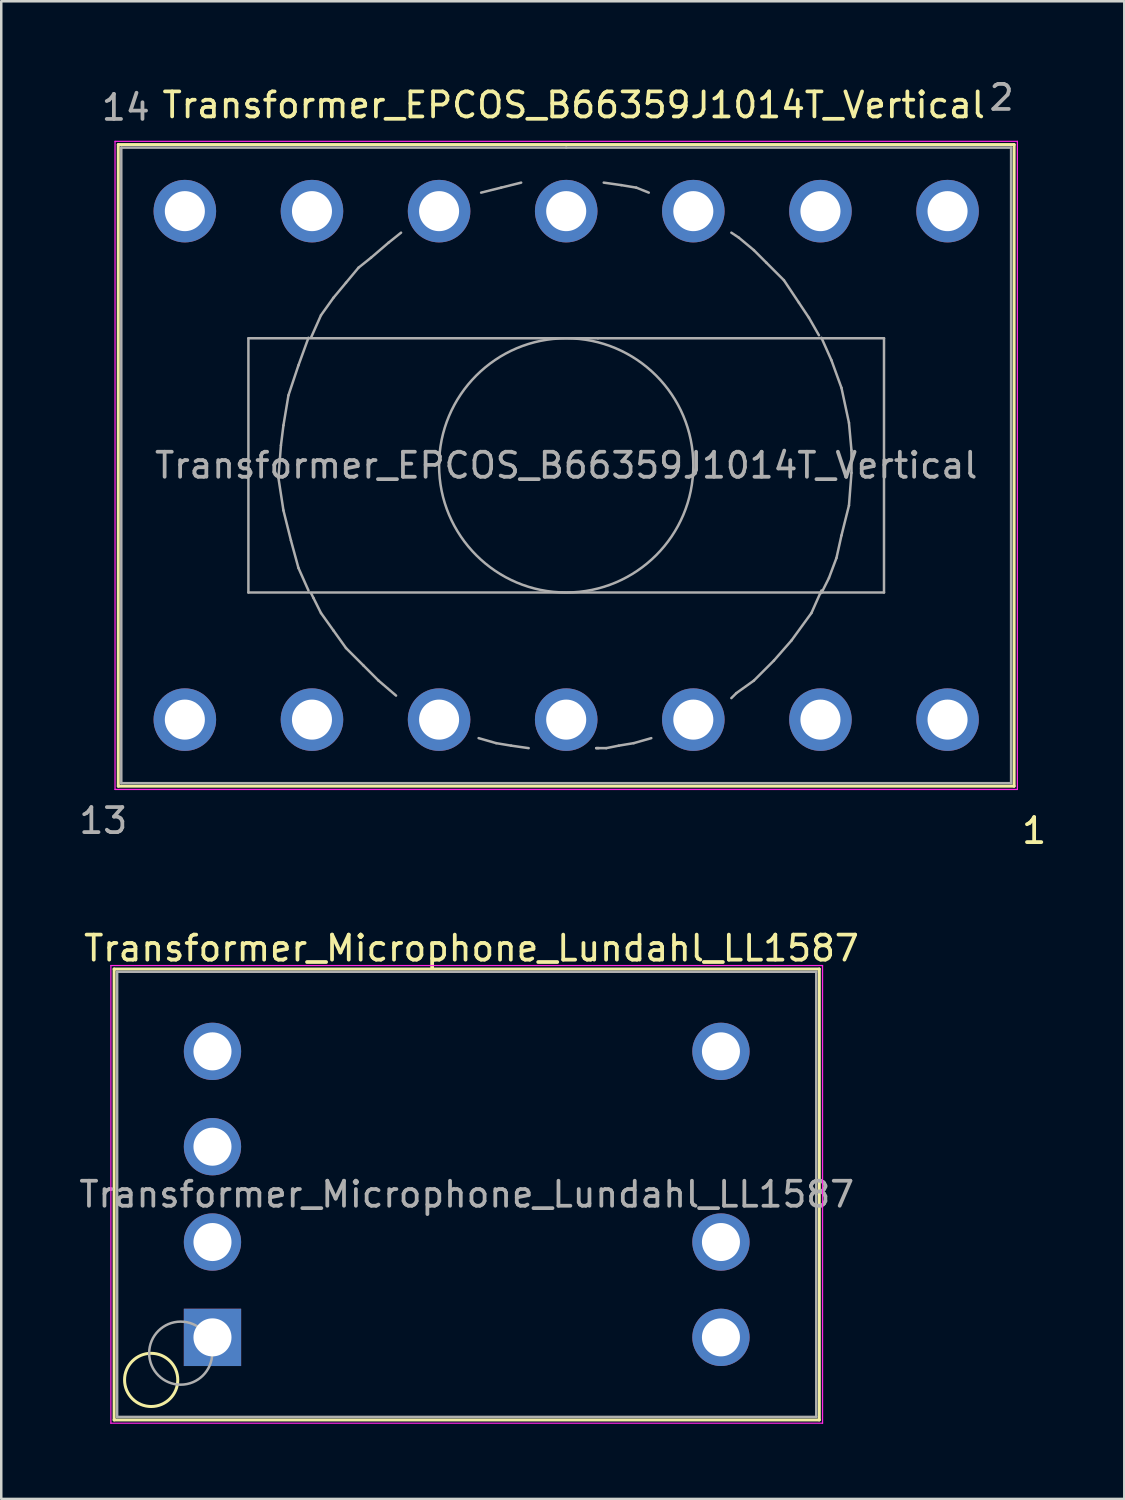
<source format=kicad_pcb>
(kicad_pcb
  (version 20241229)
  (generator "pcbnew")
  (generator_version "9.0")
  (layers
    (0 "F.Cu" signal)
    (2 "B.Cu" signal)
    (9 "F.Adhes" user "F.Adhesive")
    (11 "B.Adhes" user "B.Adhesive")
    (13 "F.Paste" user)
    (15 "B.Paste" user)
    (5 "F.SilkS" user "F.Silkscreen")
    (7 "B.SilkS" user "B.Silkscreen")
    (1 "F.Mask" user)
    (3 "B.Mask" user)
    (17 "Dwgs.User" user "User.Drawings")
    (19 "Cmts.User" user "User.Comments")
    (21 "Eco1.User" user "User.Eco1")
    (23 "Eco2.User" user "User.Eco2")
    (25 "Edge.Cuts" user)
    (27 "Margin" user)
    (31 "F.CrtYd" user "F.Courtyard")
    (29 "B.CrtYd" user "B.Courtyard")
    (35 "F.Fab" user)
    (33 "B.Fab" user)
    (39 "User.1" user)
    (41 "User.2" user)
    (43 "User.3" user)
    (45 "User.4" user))
  (footprint "Transformer_EPCOS_B66359J1014T_Vertical"
    (layer "F.Cu")
    (at 34.817 25.708)
    (property "Reference" "Transformer_EPCOS_B66359J1014T_Vertical" (at -14.94 -24.56 0) (layer "F.SilkS") (effects (font (size 1 1) (thickness 0.15))))
    (attr through_hole)
    (fp_line (start -33.14 -22.98) (end -33.14 2.66) (stroke (width 0.12) (type solid)) (layer "F.SilkS"))
    (fp_line (start -33.14 -22.98) (end 2.66 -22.98) (stroke (width 0.12) (type solid)) (layer "F.SilkS"))
    (fp_line (start 2.66 2.66) (end -33.14 2.66) (stroke (width 0.12) (type solid)) (layer "F.SilkS"))
    (fp_line (start 2.66 2.66) (end 2.66 -22.98) (stroke (width 0.12) (type solid)) (layer "F.SilkS"))
    (fp_line (start -33.27 -23.11) (end -33.27 2.79) (stroke (width 0.05) (type solid)) (layer "F.CrtYd"))
    (fp_line (start -33.27 -23.11) (end 2.79 -23.11) (stroke (width 0.05) (type solid)) (layer "F.CrtYd"))
    (fp_line (start 2.79 2.79) (end -33.27 2.79) (stroke (width 0.05) (type solid)) (layer "F.CrtYd"))
    (fp_line (start 2.79 2.79) (end 2.79 -23.11) (stroke (width 0.05) (type solid)) (layer "F.CrtYd"))
    (fp_line (start -33.02 -22.86) (end -33.02 2.54) (stroke (width 0.1) (type solid)) (layer "F.Fab"))
    (fp_line (start -33.02 2.54) (end 2.54 2.54) (stroke (width 0.1) (type solid)) (layer "F.Fab"))
    (fp_line (start -27.94 -15.24) (end -13.97 -15.24) (stroke (width 0.1) (type solid)) (layer "F.Fab"))
    (fp_line (start -27.94 -5.08) (end -27.94 -15.24) (stroke (width 0.1) (type solid)) (layer "F.Fab"))
    (fp_line (start -26.74 -9.66) (end -26.54 -8.36) (stroke (width 0.1) (type solid)) (layer "F.Fab"))
    (fp_line (start -26.64 -10.96) (end -26.74 -9.66) (stroke (width 0.1) (type solid)) (layer "F.Fab"))
    (fp_line (start -26.54 -11.76) (end -26.64 -10.96) (stroke (width 0.1) (type solid)) (layer "F.Fab"))
    (fp_line (start -26.54 -8.36) (end -26.24 -7.16) (stroke (width 0.1) (type solid)) (layer "F.Fab"))
    (fp_line (start -26.34 -12.96) (end -26.54 -11.76) (stroke (width 0.1) (type solid)) (layer "F.Fab"))
    (fp_line (start -26.24 -7.16) (end -25.94 -6.06) (stroke (width 0.1) (type solid)) (layer "F.Fab"))
    (fp_line (start -25.94 -14.16) (end -26.34 -12.96) (stroke (width 0.1) (type solid)) (layer "F.Fab"))
    (fp_line (start -25.94 -6.06) (end -25.54 -5.16) (stroke (width 0.1) (type solid)) (layer "F.Fab"))
    (fp_line (start -25.54 -15.26) (end -25.94 -14.16) (stroke (width 0.1) (type solid)) (layer "F.Fab"))
    (fp_line (start -25.34 -4.86) (end -25.44 -5.06) (stroke (width 0.1) (type solid)) (layer "F.Fab"))
    (fp_line (start -25.04 -16.16) (end -25.44 -15.26) (stroke (width 0.1) (type solid)) (layer "F.Fab"))
    (fp_line (start -25.04 -4.26) (end -25.34 -4.86) (stroke (width 0.1) (type solid)) (layer "F.Fab"))
    (fp_line (start -24.54 -16.86) (end -25.04 -16.16) (stroke (width 0.1) (type solid)) (layer "F.Fab"))
    (fp_line (start -24.54 -3.56) (end -25.04 -4.26) (stroke (width 0.1) (type solid)) (layer "F.Fab"))
    (fp_line (start -24.04 -17.46) (end -24.54 -16.86) (stroke (width 0.1) (type solid)) (layer "F.Fab"))
    (fp_line (start -24.04 -2.86) (end -24.54 -3.56) (stroke (width 0.1) (type solid)) (layer "F.Fab"))
    (fp_line (start -23.54 -18.06) (end -24.04 -17.46) (stroke (width 0.1) (type solid)) (layer "F.Fab"))
    (fp_line (start -23.34 -2.16) (end -24.04 -2.86) (stroke (width 0.1) (type solid)) (layer "F.Fab"))
    (fp_line (start -23.04 -18.46) (end -23.54 -18.06) (stroke (width 0.1) (type solid)) (layer "F.Fab"))
    (fp_line (start -22.74 -1.56) (end -23.34 -2.16) (stroke (width 0.1) (type solid)) (layer "F.Fab"))
    (fp_line (start -22.34 -19.06) (end -23.04 -18.46) (stroke (width 0.1) (type solid)) (layer "F.Fab"))
    (fp_line (start -22.04 -0.96) (end -22.74 -1.56) (stroke (width 0.1) (type solid)) (layer "F.Fab"))
    (fp_line (start -21.84 -19.46) (end -22.34 -19.06) (stroke (width 0.1) (type solid)) (layer "F.Fab"))
    (fp_line (start -18.04 0.94) (end -18.74 0.74) (stroke (width 0.1) (type solid)) (layer "F.Fab"))
    (fp_line (start -17.84 -21.26) (end -18.64 -21.06) (stroke (width 0.1) (type solid)) (layer "F.Fab"))
    (fp_line (start -17.44 1.04) (end -18.04 0.94) (stroke (width 0.1) (type solid)) (layer "F.Fab"))
    (fp_line (start -17.04 -21.46) (end -17.84 -21.26) (stroke (width 0.1) (type solid)) (layer "F.Fab"))
    (fp_line (start -16.74 1.14) (end -17.44 1.04) (stroke (width 0.1) (type solid)) (layer "F.Fab"))
    (fp_line (start -15.24 -22.86) (end -33.02 -22.86) (stroke (width 0.1) (type solid)) (layer "F.Fab"))
    (fp_line (start -15.24 -22.86) (end 2.54 -22.86) (stroke (width 0.1) (type solid)) (layer "F.Fab"))
    (fp_line (start -14.04 1.14) (end -13.94 1.14) (stroke (width 0.1) (type solid)) (layer "F.Fab"))
    (fp_line (start -13.97 -15.24) (end -2.54 -15.24) (stroke (width 0.1) (type solid)) (layer "F.Fab"))
    (fp_line (start -13.64 1.14) (end -14.04 1.14) (stroke (width 0.1) (type solid)) (layer "F.Fab"))
    (fp_line (start -13.14 1.04) (end -13.64 1.14) (stroke (width 0.1) (type solid)) (layer "F.Fab"))
    (fp_line (start -13.04 -21.36) (end -13.74 -21.46) (stroke (width 0.1) (type solid)) (layer "F.Fab"))
    (fp_line (start -12.54 0.94) (end -13.14 1.04) (stroke (width 0.1) (type solid)) (layer "F.Fab"))
    (fp_line (start -12.44 -21.26) (end -13.04 -21.36) (stroke (width 0.1) (type solid)) (layer "F.Fab"))
    (fp_line (start -11.94 -21.06) (end -12.44 -21.26) (stroke (width 0.1) (type solid)) (layer "F.Fab"))
    (fp_line (start -11.84 0.74) (end -12.54 0.94) (stroke (width 0.1) (type solid)) (layer "F.Fab"))
    (fp_line (start -8.64 -19.46) (end -8.34 -19.26) (stroke (width 0.1) (type solid)) (layer "F.Fab"))
    (fp_line (start -8.44 -1.06) (end -8.64 -0.86) (stroke (width 0.1) (type solid)) (layer "F.Fab"))
    (fp_line (start -8.34 -19.26) (end -7.74 -18.76) (stroke (width 0.1) (type solid)) (layer "F.Fab"))
    (fp_line (start -7.74 -18.76) (end -7.24 -18.26) (stroke (width 0.1) (type solid)) (layer "F.Fab"))
    (fp_line (start -7.74 -1.56) (end -8.44 -1.06) (stroke (width 0.1) (type solid)) (layer "F.Fab"))
    (fp_line (start -7.24 -18.26) (end -6.54 -17.56) (stroke (width 0.1) (type solid)) (layer "F.Fab"))
    (fp_line (start -6.94 -2.36) (end -7.74 -1.56) (stroke (width 0.1) (type solid)) (layer "F.Fab"))
    (fp_line (start -6.54 -17.56) (end -5.94 -16.66) (stroke (width 0.1) (type solid)) (layer "F.Fab"))
    (fp_line (start -6.24 -3.16) (end -6.94 -2.36) (stroke (width 0.1) (type solid)) (layer "F.Fab"))
    (fp_line (start -5.94 -16.66) (end -5.54 -16.06) (stroke (width 0.1) (type solid)) (layer "F.Fab"))
    (fp_line (start -5.54 -16.06) (end -5.14 -15.36) (stroke (width 0.1) (type solid)) (layer "F.Fab"))
    (fp_line (start -5.44 -4.26) (end -6.24 -3.16) (stroke (width 0.1) (type solid)) (layer "F.Fab"))
    (fp_line (start -5.04 -15.26) (end -4.64 -14.36) (stroke (width 0.1) (type solid)) (layer "F.Fab"))
    (fp_line (start -5.04 -5.16) (end -5.44 -4.26) (stroke (width 0.1) (type solid)) (layer "F.Fab"))
    (fp_line (start -4.74 -5.66) (end -5.04 -5.06) (stroke (width 0.1) (type solid)) (layer "F.Fab"))
    (fp_line (start -4.64 -14.36) (end -4.24 -13.26) (stroke (width 0.1) (type solid)) (layer "F.Fab"))
    (fp_line (start -4.44 -6.46) (end -4.74 -5.66) (stroke (width 0.1) (type solid)) (layer "F.Fab"))
    (fp_line (start -4.24 -13.26) (end -3.94 -11.86) (stroke (width 0.1) (type solid)) (layer "F.Fab"))
    (fp_line (start -4.24 -7.36) (end -4.44 -6.46) (stroke (width 0.1) (type solid)) (layer "F.Fab"))
    (fp_line (start -3.94 -11.86) (end -3.84 -10.76) (stroke (width 0.1) (type solid)) (layer "F.Fab"))
    (fp_line (start -3.94 -8.56) (end -4.24 -7.36) (stroke (width 0.1) (type solid)) (layer "F.Fab"))
    (fp_line (start -3.84 -10.76) (end -3.84 -9.86) (stroke (width 0.1) (type solid)) (layer "F.Fab"))
    (fp_line (start -3.84 -9.86) (end -3.94 -8.56) (stroke (width 0.1) (type solid)) (layer "F.Fab"))
    (fp_line (start -2.54 -15.24) (end -2.54 -5.08) (stroke (width 0.1) (type solid)) (layer "F.Fab"))
    (fp_line (start -2.54 -5.08) (end -27.94 -5.08) (stroke (width 0.1) (type solid)) (layer "F.Fab"))
    (fp_line (start 2.54 -22.86) (end 2.54 2.54) (stroke (width 0.1) (type solid)) (layer "F.Fab"))
    (fp_circle (center -15.24 -10.16) (end -15.24 -15.24) (stroke (width 0.1) (type solid)) (fill no) (layer "F.Fab"))
    (fp_text user "1" (at 3.46 4.44 0) (layer "F.SilkS") (effects (font (size 1 1) (thickness 0.15))))
    (fp_text user "13" (at -33.74 4.04 0) (layer "F.Fab") (effects (font (size 1 1) (thickness 0.15))))
    (fp_text user "14" (at -32.84 -24.46 0) (layer "F.Fab") (effects (font (size 1 1) (thickness 0.15))))
    (fp_text user "2" (at 2.16 -24.86 0) (layer "F.Fab") (effects (font (size 1 1) (thickness 0.15))))
    (fp_text user "${REFERENCE}" (at -15.24 -10.16 0) (layer "F.Fab") (effects (font (size 1 1) (thickness 0.15))))
    (pad "1" thru_hole circle (at 0 0) (size 2.5 2.5) (drill 1.6) (layers "*.Cu" "*.Mask"))
    (pad "2" thru_hole circle (at 0 -20.32) (size 2.5 2.5) (drill 1.6) (layers "*.Cu" "*.Mask"))
    (pad "3" thru_hole circle (at -5.08 0) (size 2.5 2.5) (drill 1.6) (layers "*.Cu" "*.Mask"))
    (pad "4" thru_hole circle (at -5.08 -20.32) (size 2.5 2.5) (drill 1.6) (layers "*.Cu" "*.Mask"))
    (pad "5" thru_hole circle (at -10.16 0) (size 2.5 2.5) (drill 1.6) (layers "*.Cu" "*.Mask"))
    (pad "6" thru_hole circle (at -10.16 -20.32) (size 2.5 2.5) (drill 1.6) (layers "*.Cu" "*.Mask"))
    (pad "7" thru_hole circle (at -15.24 0) (size 2.5 2.5) (drill 1.6) (layers "*.Cu" "*.Mask"))
    (pad "8" thru_hole circle (at -15.24 -20.32) (size 2.5 2.5) (drill 1.6) (layers "*.Cu" "*.Mask"))
    (pad "9" thru_hole circle (at -20.32 0) (size 2.5 2.5) (drill 1.6) (layers "*.Cu" "*.Mask"))
    (pad "10" thru_hole circle (at -20.32 -20.32) (size 2.5 2.5) (drill 1.6) (layers "*.Cu" "*.Mask"))
    (pad "11" thru_hole circle (at -25.4 0) (size 2.5 2.5) (drill 1.6) (layers "*.Cu" "*.Mask"))
    (pad "12" thru_hole circle (at -25.4 -20.32) (size 2.5 2.5) (drill 1.6) (layers "*.Cu" "*.Mask"))
    (pad "13" thru_hole circle (at -30.48 0) (size 2.5 2.5) (drill 1.6) (layers "*.Cu" "*.Mask"))
    (pad "14" thru_hole circle (at -30.48 -20.32) (size 2.5 2.5) (drill 1.6) (layers "*.Cu" "*.Mask")))
  (footprint "Transformer_Microphone_Lundahl_LL1587"
    (layer "F.Cu")
    (at 5.441 50.395)
    (property "Reference" "Transformer_Microphone_Lundahl_LL1587" (at 10.35 -15.55 0) (layer "F.SilkS") (effects (font (size 1 1) (thickness 0.15))))
    (attr through_hole)
    (fp_line (start -3.93 -14.72) (end -3.93 3.3) (stroke (width 0.12) (type solid)) (layer "F.SilkS"))
    (fp_line (start -3.93 -14.72) (end 24.25 -14.72) (stroke (width 0.12) (type solid)) (layer "F.SilkS"))
    (fp_line (start 24.25 3.3) (end -3.93 3.3) (stroke (width 0.12) (type solid)) (layer "F.SilkS"))
    (fp_line (start 24.25 3.3) (end 24.25 -14.72) (stroke (width 0.12) (type solid)) (layer "F.SilkS"))
    (fp_circle (center -2.45 1.7) (end -1.75 2.5) (stroke (width 0.12) (type solid)) (fill no) (layer "F.SilkS"))
    (fp_line (start -4.06 -14.86) (end -4.06 3.43) (stroke (width 0.05) (type solid)) (layer "F.CrtYd"))
    (fp_line (start -4.06 -14.86) (end 24.38 -14.86) (stroke (width 0.05) (type solid)) (layer "F.CrtYd"))
    (fp_line (start 24.38 3.43) (end -4.06 3.43) (stroke (width 0.05) (type solid)) (layer "F.CrtYd"))
    (fp_line (start 24.38 3.43) (end 24.38 -14.86) (stroke (width 0.05) (type solid)) (layer "F.CrtYd"))
    (fp_line (start -3.81 -14.61) (end -3.81 3.18) (stroke (width 0.1) (type solid)) (layer "F.Fab"))
    (fp_line (start -3.81 3.18) (end 24.13 3.18) (stroke (width 0.1) (type solid)) (layer "F.Fab"))
    (fp_line (start 24.13 -14.61) (end -3.81 -14.61) (stroke (width 0.1) (type solid)) (layer "F.Fab"))
    (fp_line (start 24.13 -5.71) (end 24.13 -14.61) (stroke (width 0.1) (type solid)) (layer "F.Fab"))
    (fp_line (start 24.13 3.18) (end 24.13 -5.71) (stroke (width 0.1) (type solid)) (layer "F.Fab"))
    (fp_circle (center -1.27 0.63) (end -1.27 -0.63) (stroke (width 0.1) (type solid)) (fill no) (layer "F.Fab"))
    (fp_text user "${REFERENCE}" (at 10.16 -5.715 0) (layer "F.Fab") (effects (font (size 1 1) (thickness 0.15))))
    (pad "1" thru_hole rect (at 0 0) (size 2.29 2.29) (drill 1.52) (layers "*.Cu" "*.Mask"))
    (pad "2" thru_hole circle (at 0 -3.81) (size 2.29 2.29) (drill 1.52) (layers "*.Cu" "*.Mask"))
    (pad "3" thru_hole circle (at 0 -7.62) (size 2.29 2.29) (drill 1.52) (layers "*.Cu" "*.Mask"))
    (pad "4" thru_hole circle (at 0 -11.43) (size 2.29 2.29) (drill 1.52) (layers "*.Cu" "*.Mask"))
    (pad "5" thru_hole circle (at 20.32 0) (size 2.29 2.29) (drill 1.52) (layers "*.Cu" "*.Mask"))
    (pad "6" thru_hole circle (at 20.32 -3.81) (size 2.29 2.29) (drill 1.52) (layers "*.Cu" "*.Mask"))
    (pad "8" thru_hole circle (at 20.32 -11.43) (size 2.29 2.29) (drill 1.52) (layers "*.Cu" "*.Mask")))
  (gr_rect
    (start -3 -3)
    (end 41.879 56.85)
    (stroke (width 0.1) (type default))
    (fill no)
    (layer "Edge.Cuts")))
</source>
